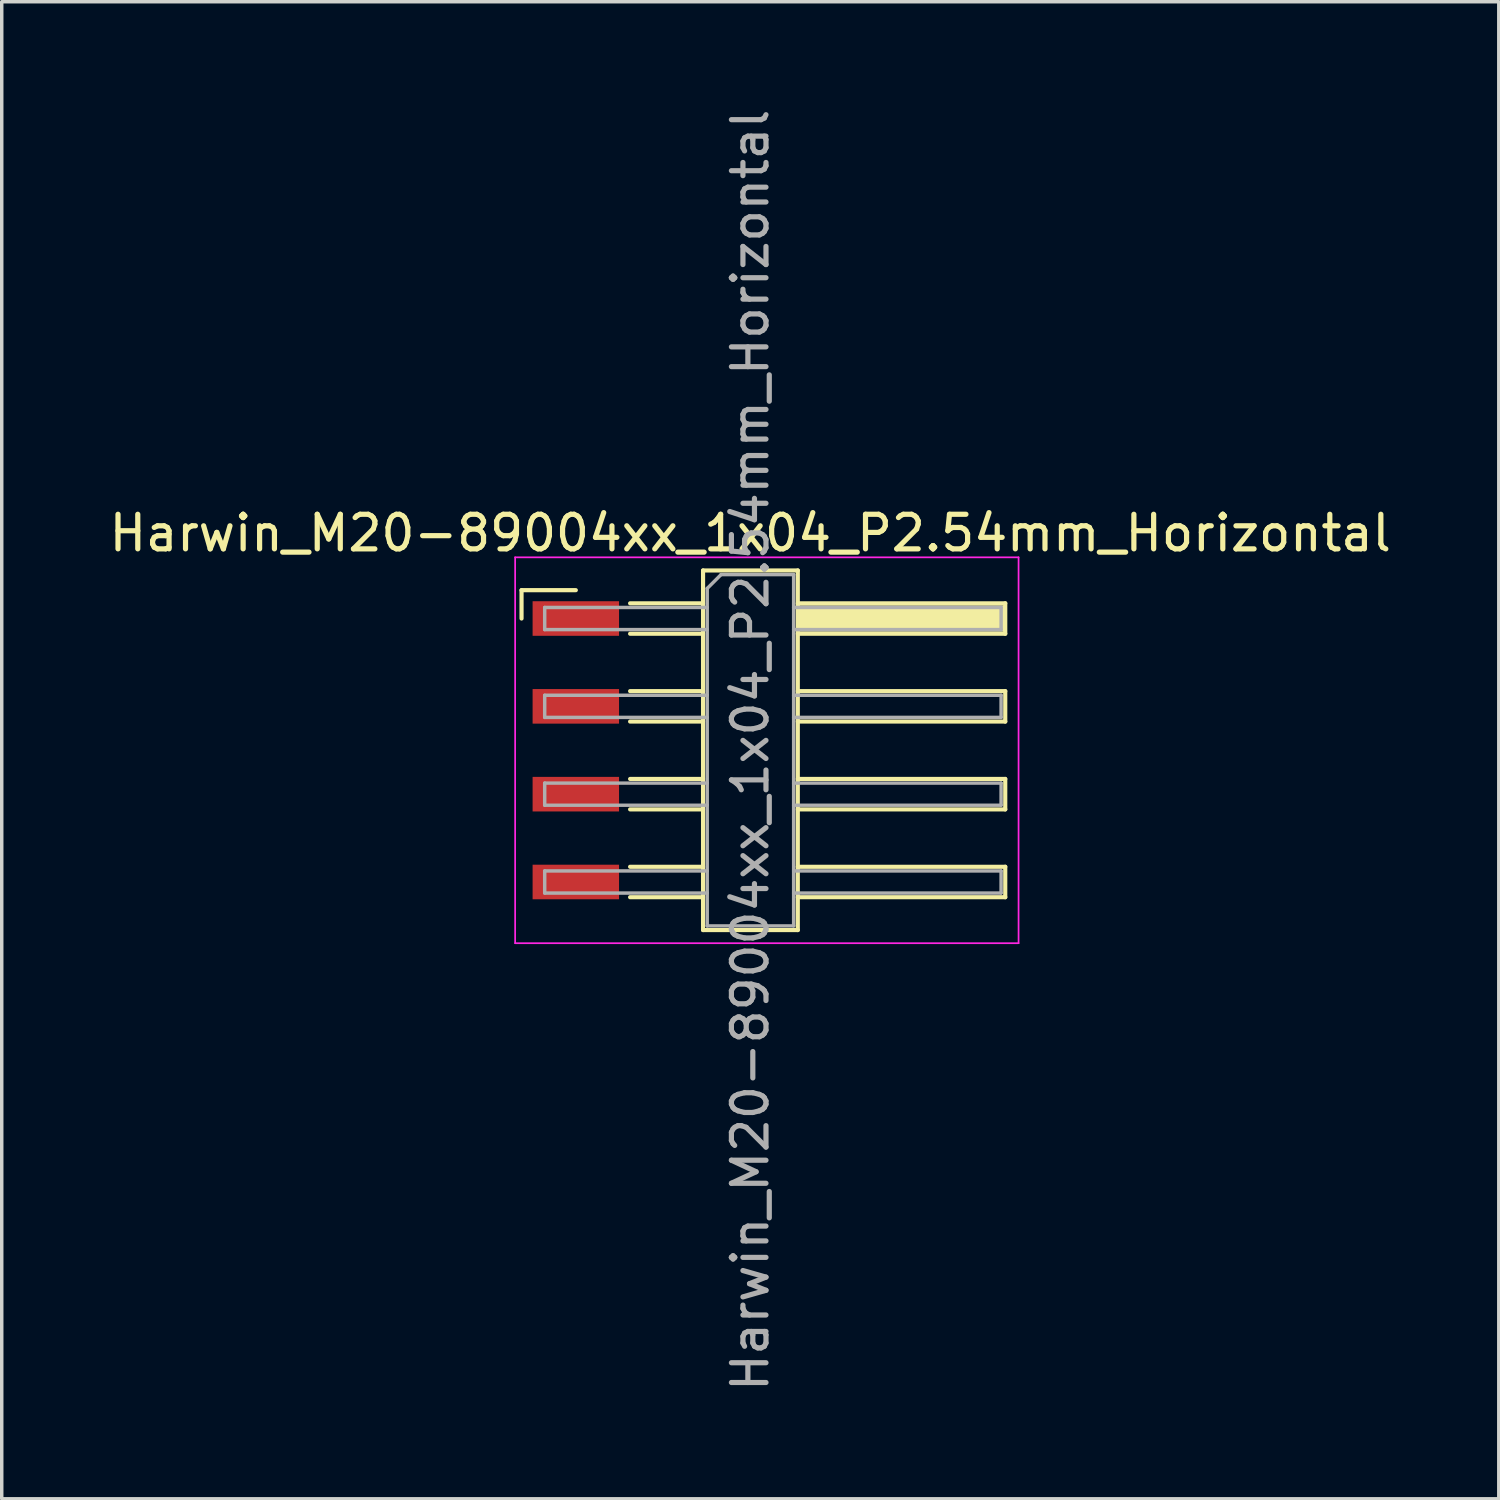
<source format=kicad_pcb>
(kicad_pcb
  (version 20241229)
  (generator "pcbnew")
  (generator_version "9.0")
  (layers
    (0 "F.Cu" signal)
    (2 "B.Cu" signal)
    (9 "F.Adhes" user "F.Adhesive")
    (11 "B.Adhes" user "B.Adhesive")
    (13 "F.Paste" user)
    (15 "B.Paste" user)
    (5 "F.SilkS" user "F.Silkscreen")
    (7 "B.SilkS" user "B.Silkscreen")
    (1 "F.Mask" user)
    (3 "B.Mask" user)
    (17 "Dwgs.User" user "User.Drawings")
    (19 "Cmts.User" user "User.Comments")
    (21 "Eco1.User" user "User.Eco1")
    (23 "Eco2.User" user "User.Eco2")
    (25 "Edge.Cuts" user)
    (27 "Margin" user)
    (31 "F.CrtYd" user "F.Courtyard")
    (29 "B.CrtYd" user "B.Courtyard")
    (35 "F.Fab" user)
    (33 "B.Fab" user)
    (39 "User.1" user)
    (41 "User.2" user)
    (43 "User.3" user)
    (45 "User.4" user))
  (footprint "Harwin_M20-89004xx_1x04_P2.54mm_Horizontal"
    (layer "F.Cu")
    (at 19.129 18.649)
    (property "Reference" "Harwin_M20-89004xx_1x04_P2.54mm_Horizontal" (at -0.48 -6.28 0) (layer "F.SilkS") (effects (font (size 1 1) (thickness 0.15))))
    (attr smd)
    (fp_line (start -7.095 -4.63) (end -5.525 -4.63) (stroke (width 0.12) (type solid)) (layer "F.SilkS"))
    (fp_line (start -7.095 -3.81) (end -7.095 -4.63) (stroke (width 0.12) (type solid)) (layer "F.SilkS"))
    (fp_line (start -3.955 -4.25) (end -1.845 -4.25) (stroke (width 0.12) (type solid)) (layer "F.SilkS"))
    (fp_line (start -3.955 -3.37) (end -1.845 -3.37) (stroke (width 0.12) (type solid)) (layer "F.SilkS"))
    (fp_line (start -3.955 -1.71) (end -1.845 -1.71) (stroke (width 0.12) (type solid)) (layer "F.SilkS"))
    (fp_line (start -3.955 -0.83) (end -1.845 -0.83) (stroke (width 0.12) (type solid)) (layer "F.SilkS"))
    (fp_line (start -3.955 0.83) (end -1.845 0.83) (stroke (width 0.12) (type solid)) (layer "F.SilkS"))
    (fp_line (start -3.955 1.71) (end -1.845 1.71) (stroke (width 0.12) (type solid)) (layer "F.SilkS"))
    (fp_line (start -3.955 3.37) (end -1.845 3.37) (stroke (width 0.12) (type solid)) (layer "F.SilkS"))
    (fp_line (start -3.955 4.25) (end -1.845 4.25) (stroke (width 0.12) (type solid)) (layer "F.SilkS"))
    (fp_line (start -1.845 -5.2) (end 0.895 -5.2) (stroke (width 0.12) (type solid)) (layer "F.SilkS"))
    (fp_line (start -1.845 5.2) (end -1.845 -5.2) (stroke (width 0.12) (type solid)) (layer "F.SilkS"))
    (fp_line (start 0.895 -5.2) (end 0.895 5.2) (stroke (width 0.12) (type solid)) (layer "F.SilkS"))
    (fp_line (start 0.895 -4.25) (end 6.895 -4.25) (stroke (width 0.12) (type solid)) (layer "F.SilkS"))
    (fp_line (start 0.895 -1.71) (end 6.895 -1.71) (stroke (width 0.12) (type solid)) (layer "F.SilkS"))
    (fp_line (start 0.895 0.83) (end 6.895 0.83) (stroke (width 0.12) (type solid)) (layer "F.SilkS"))
    (fp_line (start 0.895 3.37) (end 6.895 3.37) (stroke (width 0.12) (type solid)) (layer "F.SilkS"))
    (fp_line (start 0.895 5.2) (end -1.845 5.2) (stroke (width 0.12) (type solid)) (layer "F.SilkS"))
    (fp_line (start 6.895 -4.25) (end 6.895 -3.37) (stroke (width 0.12) (type solid)) (layer "F.SilkS"))
    (fp_line (start 6.895 -3.37) (end 0.895 -3.37) (stroke (width 0.12) (type solid)) (layer "F.SilkS"))
    (fp_line (start 6.895 -1.71) (end 6.895 -0.83) (stroke (width 0.12) (type solid)) (layer "F.SilkS"))
    (fp_line (start 6.895 -0.83) (end 0.895 -0.83) (stroke (width 0.12) (type solid)) (layer "F.SilkS"))
    (fp_line (start 6.895 0.83) (end 6.895 1.71) (stroke (width 0.12) (type solid)) (layer "F.SilkS"))
    (fp_line (start 6.895 1.71) (end 0.895 1.71) (stroke (width 0.12) (type solid)) (layer "F.SilkS"))
    (fp_line (start 6.895 3.37) (end 6.895 4.25) (stroke (width 0.12) (type solid)) (layer "F.SilkS"))
    (fp_line (start 6.895 4.25) (end 0.895 4.25) (stroke (width 0.12) (type solid)) (layer "F.SilkS"))
    (fp_line (start -7.28 -5.58) (end 7.28 -5.58) (stroke (width 0.05) (type solid)) (layer "F.CrtYd"))
    (fp_line (start -7.28 5.58) (end -7.28 -5.58) (stroke (width 0.05) (type solid)) (layer "F.CrtYd"))
    (fp_line (start 7.28 -5.58) (end 7.28 5.58) (stroke (width 0.05) (type solid)) (layer "F.CrtYd"))
    (fp_line (start 7.28 5.58) (end -7.28 5.58) (stroke (width 0.05) (type solid)) (layer "F.CrtYd"))
    (fp_line (start -6.425 -4.13) (end -6.425 -3.49) (stroke (width 0.1) (type solid)) (layer "F.Fab"))
    (fp_line (start -6.425 -3.49) (end -1.725 -3.49) (stroke (width 0.1) (type solid)) (layer "F.Fab"))
    (fp_line (start -6.425 -1.59) (end -6.425 -0.95) (stroke (width 0.1) (type solid)) (layer "F.Fab"))
    (fp_line (start -6.425 -0.95) (end -1.725 -0.95) (stroke (width 0.1) (type solid)) (layer "F.Fab"))
    (fp_line (start -6.425 0.95) (end -6.425 1.59) (stroke (width 0.1) (type solid)) (layer "F.Fab"))
    (fp_line (start -6.425 1.59) (end -1.725 1.59) (stroke (width 0.1) (type solid)) (layer "F.Fab"))
    (fp_line (start -6.425 3.49) (end -6.425 4.13) (stroke (width 0.1) (type solid)) (layer "F.Fab"))
    (fp_line (start -6.425 4.13) (end -1.725 4.13) (stroke (width 0.1) (type solid)) (layer "F.Fab"))
    (fp_line (start -1.725 -4.68) (end -1.325 -5.08) (stroke (width 0.1) (type solid)) (layer "F.Fab"))
    (fp_line (start -1.725 -4.13) (end -6.425 -4.13) (stroke (width 0.1) (type solid)) (layer "F.Fab"))
    (fp_line (start -1.725 -1.59) (end -6.425 -1.59) (stroke (width 0.1) (type solid)) (layer "F.Fab"))
    (fp_line (start -1.725 0.95) (end -6.425 0.95) (stroke (width 0.1) (type solid)) (layer "F.Fab"))
    (fp_line (start -1.725 3.49) (end -6.425 3.49) (stroke (width 0.1) (type solid)) (layer "F.Fab"))
    (fp_line (start -1.725 5.08) (end -1.725 -4.68) (stroke (width 0.1) (type solid)) (layer "F.Fab"))
    (fp_line (start -1.325 -5.08) (end 0.775 -5.08) (stroke (width 0.1) (type solid)) (layer "F.Fab"))
    (fp_line (start 0.775 -5.08) (end 0.775 5.08) (stroke (width 0.1) (type solid)) (layer "F.Fab"))
    (fp_line (start 0.775 -4.13) (end 6.775 -4.13) (stroke (width 0.1) (type solid)) (layer "F.Fab"))
    (fp_line (start 0.775 -1.59) (end 6.775 -1.59) (stroke (width 0.1) (type solid)) (layer "F.Fab"))
    (fp_line (start 0.775 0.95) (end 6.775 0.95) (stroke (width 0.1) (type solid)) (layer "F.Fab"))
    (fp_line (start 0.775 3.49) (end 6.775 3.49) (stroke (width 0.1) (type solid)) (layer "F.Fab"))
    (fp_line (start 0.775 5.08) (end -1.725 5.08) (stroke (width 0.1) (type solid)) (layer "F.Fab"))
    (fp_line (start 6.775 -4.13) (end 6.775 -3.49) (stroke (width 0.1) (type solid)) (layer "F.Fab"))
    (fp_line (start 6.775 -3.49) (end 0.775 -3.49) (stroke (width 0.1) (type solid)) (layer "F.Fab"))
    (fp_line (start 6.775 -1.59) (end 6.775 -0.95) (stroke (width 0.1) (type solid)) (layer "F.Fab"))
    (fp_line (start 6.775 -0.95) (end 0.775 -0.95) (stroke (width 0.1) (type solid)) (layer "F.Fab"))
    (fp_line (start 6.775 0.95) (end 6.775 1.59) (stroke (width 0.1) (type solid)) (layer "F.Fab"))
    (fp_line (start 6.775 1.59) (end 0.775 1.59) (stroke (width 0.1) (type solid)) (layer "F.Fab"))
    (fp_line (start 6.775 3.49) (end 6.775 4.13) (stroke (width 0.1) (type solid)) (layer "F.Fab"))
    (fp_line (start 6.775 4.13) (end 0.775 4.13) (stroke (width 0.1) (type solid)) (layer "F.Fab"))
    (fp_text user "${REFERENCE}" (at -0.48 0 90) (layer "F.Fab") (effects (font (size 1 1) (thickness 0.15))))
    (pad "" smd rect (at 3.895 -3.81) (size 6 0.76) (layers "F.SilkS"))
    (pad "1" smd rect (at -5.525 -3.81) (size 2.5 1) (layers "F.Cu" "F.Mask" "F.Paste"))
    (pad "2" smd rect (at -5.525 -1.27) (size 2.5 1) (layers "F.Cu" "F.Mask" "F.Paste"))
    (pad "3" smd rect (at -5.525 1.27) (size 2.5 1) (layers "F.Cu" "F.Mask" "F.Paste"))
    (pad "4" smd rect (at -5.525 3.81) (size 2.5 1) (layers "F.Cu" "F.Mask" "F.Paste")))
  (gr_rect
    (start -3 -3)
    (end 40.298 40.298)
    (stroke (width 0.1) (type default))
    (fill no)
    (layer "Edge.Cuts")))
</source>
